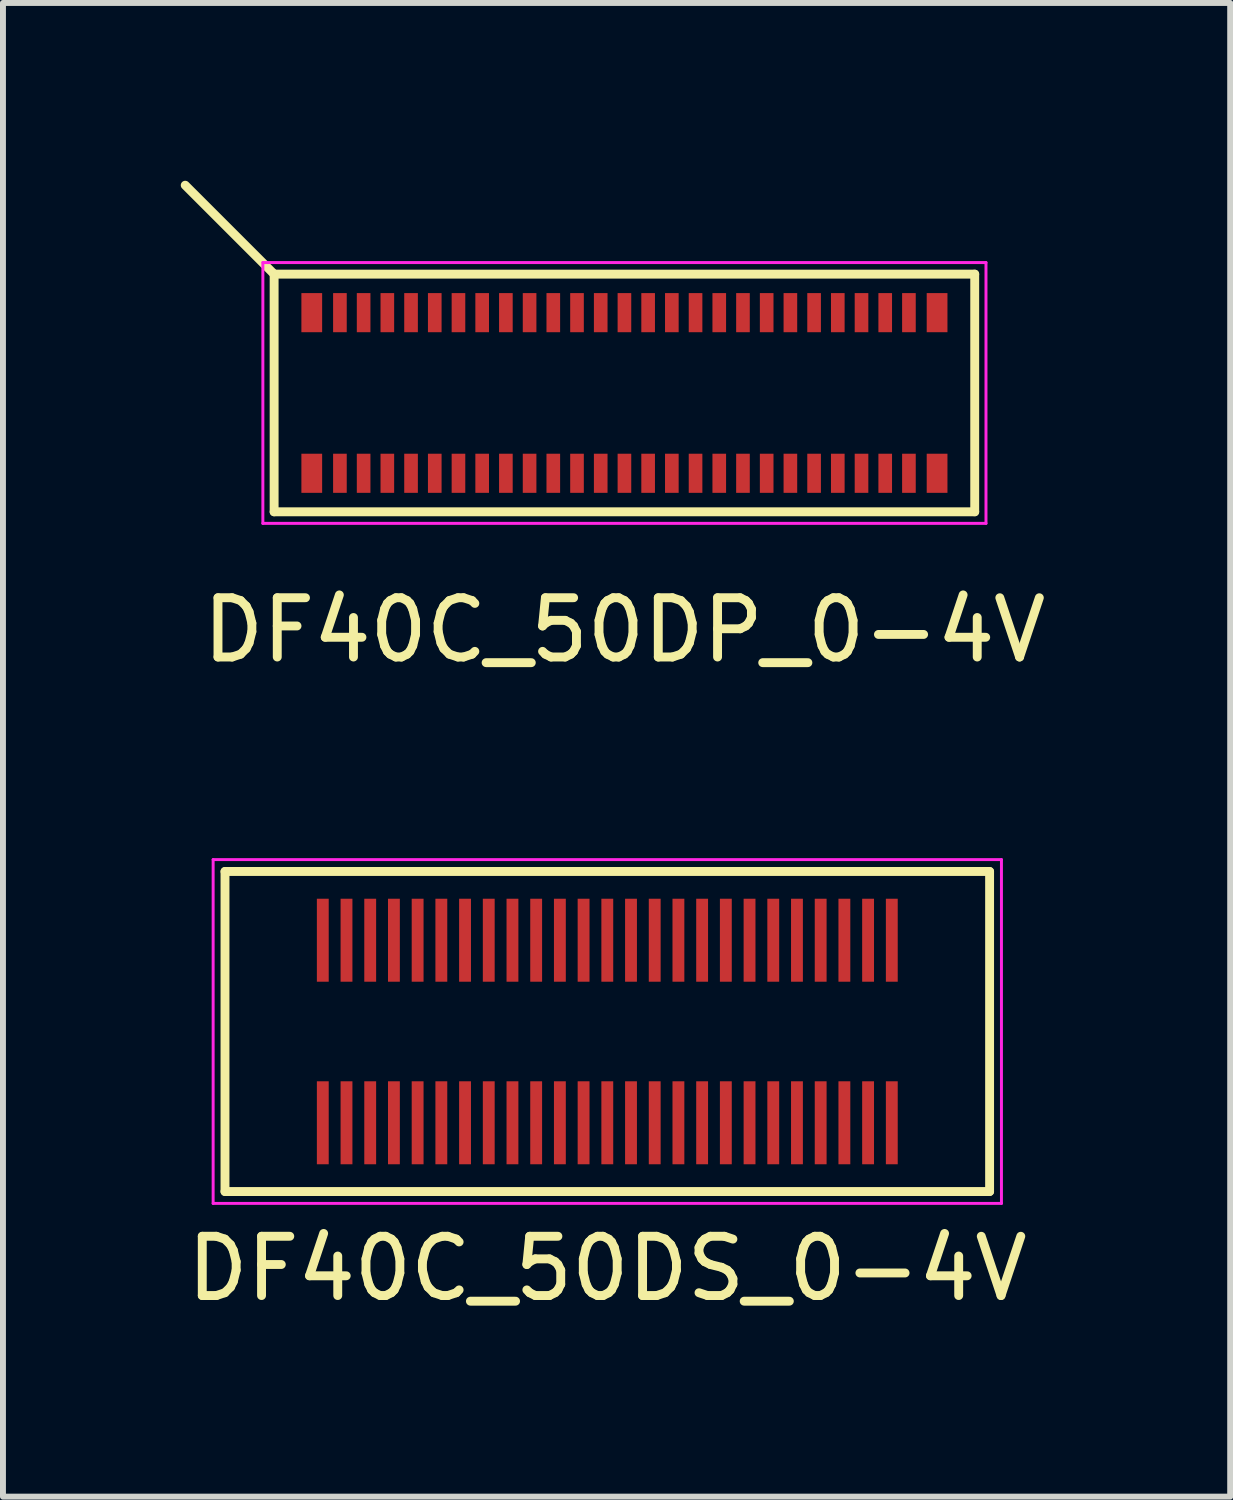
<source format=kicad_pcb>
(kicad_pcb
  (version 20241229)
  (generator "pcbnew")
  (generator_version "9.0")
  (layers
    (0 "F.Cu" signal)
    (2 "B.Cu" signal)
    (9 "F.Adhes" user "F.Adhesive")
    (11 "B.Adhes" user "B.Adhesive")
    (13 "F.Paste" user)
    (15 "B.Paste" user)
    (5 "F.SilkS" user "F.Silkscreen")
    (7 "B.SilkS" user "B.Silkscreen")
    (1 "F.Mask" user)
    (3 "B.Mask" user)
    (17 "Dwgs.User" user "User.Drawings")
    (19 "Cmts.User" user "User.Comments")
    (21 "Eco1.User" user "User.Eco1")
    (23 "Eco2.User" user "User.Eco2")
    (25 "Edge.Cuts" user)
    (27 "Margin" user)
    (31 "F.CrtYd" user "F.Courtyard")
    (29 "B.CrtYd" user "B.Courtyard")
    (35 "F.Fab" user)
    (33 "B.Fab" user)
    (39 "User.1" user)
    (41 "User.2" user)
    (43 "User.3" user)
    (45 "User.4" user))
  (footprint "DF40C_50DP_0-4V"
    (layer "F.Cu")
    (at 7.485 3.58)
    (property "Reference" "DF40C_50DP_0-4V" (at 0 4 0) (layer "F.SilkS") (effects (font (size 1 1) (thickness 0.15))))
    (attr smd)
    (fp_line (start -5.91 -2.005) (end -7.41 -3.505) (stroke (width 0.15) (type solid)) (layer "F.SilkS"))
    (fp_line (start -5.91 -2.005) (end -5.91 2.005) (stroke (width 0.15) (type solid)) (layer "F.SilkS"))
    (fp_line (start -5.91 -2.005) (end 5.91 -2.005) (stroke (width 0.15) (type solid)) (layer "F.SilkS"))
    (fp_line (start 5.91 2.005) (end -5.91 2.005) (stroke (width 0.15) (type solid)) (layer "F.SilkS"))
    (fp_line (start 5.91 2.005) (end 5.91 -2.005) (stroke (width 0.15) (type solid)) (layer "F.SilkS"))
    (fp_line (start -6.1 -2.2) (end -6.1 2.2) (stroke (width 0.05) (type solid)) (layer "F.CrtYd"))
    (fp_line (start -6.1 -2.2) (end 6.1 -2.2) (stroke (width 0.05) (type solid)) (layer "F.CrtYd"))
    (fp_line (start 6.1 2.2) (end -6.1 2.2) (stroke (width 0.05) (type solid)) (layer "F.CrtYd"))
    (fp_line (start 6.1 2.2) (end 6.1 -2.2) (stroke (width 0.05) (type solid)) (layer "F.CrtYd"))
    (pad "1" smd rect (at -4.8 1.355) (size 0.23 0.66) (layers "F.Cu" "F.Mask" "F.Paste"))
    (pad "2" smd rect (at -4.8 -1.355) (size 0.23 0.66) (layers "F.Cu" "F.Mask" "F.Paste"))
    (pad "3" smd rect (at -4.4 1.355) (size 0.23 0.66) (layers "F.Cu" "F.Mask" "F.Paste"))
    (pad "4" smd rect (at -4.4 -1.355) (size 0.23 0.66) (layers "F.Cu" "F.Mask" "F.Paste"))
    (pad "5" smd rect (at -4 1.355) (size 0.23 0.66) (layers "F.Cu" "F.Mask" "F.Paste"))
    (pad "6" smd rect (at -4 -1.355) (size 0.23 0.66) (layers "F.Cu" "F.Mask" "F.Paste"))
    (pad "7" smd rect (at -3.6 1.355) (size 0.23 0.66) (layers "F.Cu" "F.Mask" "F.Paste"))
    (pad "8" smd rect (at -3.6 -1.355) (size 0.23 0.66) (layers "F.Cu" "F.Mask" "F.Paste"))
    (pad "9" smd rect (at -3.2 1.355) (size 0.23 0.66) (layers "F.Cu" "F.Mask" "F.Paste"))
    (pad "10" smd rect (at -3.2 -1.355) (size 0.23 0.66) (layers "F.Cu" "F.Mask" "F.Paste"))
    (pad "11" smd rect (at -2.8 1.355) (size 0.23 0.66) (layers "F.Cu" "F.Mask" "F.Paste"))
    (pad "12" smd rect (at -2.8 -1.355) (size 0.23 0.66) (layers "F.Cu" "F.Mask" "F.Paste"))
    (pad "13" smd rect (at -2.4 1.355) (size 0.23 0.66) (layers "F.Cu" "F.Mask" "F.Paste"))
    (pad "14" smd rect (at -2.4 -1.355) (size 0.23 0.66) (layers "F.Cu" "F.Mask" "F.Paste"))
    (pad "15" smd rect (at -2 1.355) (size 0.23 0.66) (layers "F.Cu" "F.Mask" "F.Paste"))
    (pad "16" smd rect (at -2 -1.355) (size 0.23 0.66) (layers "F.Cu" "F.Mask" "F.Paste"))
    (pad "17" smd rect (at -1.6 1.355) (size 0.23 0.66) (layers "F.Cu" "F.Mask" "F.Paste"))
    (pad "18" smd rect (at -1.6 -1.355) (size 0.23 0.66) (layers "F.Cu" "F.Mask" "F.Paste"))
    (pad "19" smd rect (at -1.2 1.355) (size 0.23 0.66) (layers "F.Cu" "F.Mask" "F.Paste"))
    (pad "20" smd rect (at -1.2 -1.355) (size 0.23 0.66) (layers "F.Cu" "F.Mask" "F.Paste"))
    (pad "21" smd rect (at -0.8 1.355) (size 0.23 0.66) (layers "F.Cu" "F.Mask" "F.Paste"))
    (pad "22" smd rect (at -0.8 -1.355) (size 0.23 0.66) (layers "F.Cu" "F.Mask" "F.Paste"))
    (pad "23" smd rect (at -0.4 1.355) (size 0.23 0.66) (layers "F.Cu" "F.Mask" "F.Paste"))
    (pad "24" smd rect (at -0.4 -1.355) (size 0.23 0.66) (layers "F.Cu" "F.Mask" "F.Paste"))
    (pad "25" smd rect (at 0 1.355) (size 0.23 0.66) (layers "F.Cu" "F.Mask" "F.Paste"))
    (pad "26" smd rect (at 0 -1.355) (size 0.23 0.66) (layers "F.Cu" "F.Mask" "F.Paste"))
    (pad "27" smd rect (at 0.4 1.355) (size 0.23 0.66) (layers "F.Cu" "F.Mask" "F.Paste"))
    (pad "28" smd rect (at 0.4 -1.355) (size 0.23 0.66) (layers "F.Cu" "F.Mask" "F.Paste"))
    (pad "29" smd rect (at 0.8 1.355) (size 0.23 0.66) (layers "F.Cu" "F.Mask" "F.Paste"))
    (pad "30" smd rect (at 0.8 -1.355) (size 0.23 0.66) (layers "F.Cu" "F.Mask" "F.Paste"))
    (pad "31" smd rect (at 1.2 1.355) (size 0.23 0.66) (layers "F.Cu" "F.Mask" "F.Paste"))
    (pad "32" smd rect (at 1.2 -1.355) (size 0.23 0.66) (layers "F.Cu" "F.Mask" "F.Paste"))
    (pad "33" smd rect (at 1.6 1.355) (size 0.23 0.66) (layers "F.Cu" "F.Mask" "F.Paste"))
    (pad "34" smd rect (at 1.6 -1.355) (size 0.23 0.66) (layers "F.Cu" "F.Mask" "F.Paste"))
    (pad "35" smd rect (at 2 1.355) (size 0.23 0.66) (layers "F.Cu" "F.Mask" "F.Paste"))
    (pad "36" smd rect (at 2 -1.355) (size 0.23 0.66) (layers "F.Cu" "F.Mask" "F.Paste"))
    (pad "37" smd rect (at 2.4 1.355) (size 0.23 0.66) (layers "F.Cu" "F.Mask" "F.Paste"))
    (pad "38" smd rect (at 2.4 -1.355) (size 0.23 0.66) (layers "F.Cu" "F.Mask" "F.Paste"))
    (pad "39" smd rect (at 2.8 1.355) (size 0.23 0.66) (layers "F.Cu" "F.Mask" "F.Paste"))
    (pad "40" smd rect (at 2.8 -1.355) (size 0.23 0.66) (layers "F.Cu" "F.Mask" "F.Paste"))
    (pad "41" smd rect (at 3.2 1.355) (size 0.23 0.66) (layers "F.Cu" "F.Mask" "F.Paste"))
    (pad "42" smd rect (at 3.2 -1.355) (size 0.23 0.66) (layers "F.Cu" "F.Mask" "F.Paste"))
    (pad "43" smd rect (at 3.6 1.355) (size 0.23 0.66) (layers "F.Cu" "F.Mask" "F.Paste"))
    (pad "44" smd rect (at 3.6 -1.355) (size 0.23 0.66) (layers "F.Cu" "F.Mask" "F.Paste"))
    (pad "45" smd rect (at 4 1.355) (size 0.23 0.66) (layers "F.Cu" "F.Mask" "F.Paste"))
    (pad "46" smd rect (at 4 -1.355) (size 0.23 0.66) (layers "F.Cu" "F.Mask" "F.Paste"))
    (pad "47" smd rect (at 4.4 1.355) (size 0.23 0.66) (layers "F.Cu" "F.Mask" "F.Paste"))
    (pad "48" smd rect (at 4.4 -1.355) (size 0.23 0.66) (layers "F.Cu" "F.Mask" "F.Paste"))
    (pad "49" smd rect (at 4.8 1.355) (size 0.23 0.66) (layers "F.Cu" "F.Mask" "F.Paste"))
    (pad "50" smd rect (at 4.8 -1.355) (size 0.23 0.66) (layers "F.Cu" "F.Mask" "F.Paste"))
    (pad "GND" smd rect (at -5.275 -1.355) (size 0.35 0.66) (layers "F.Cu" "F.Mask" "F.Paste"))
    (pad "GND" smd rect (at -5.275 1.355) (size 0.35 0.66) (layers "F.Cu" "F.Mask" "F.Paste"))
    (pad "GND" smd rect (at 5.275 -1.355) (size 0.35 0.66) (layers "F.Cu" "F.Mask" "F.Paste"))
    (pad "GND" smd rect (at 5.275 1.355) (size 0.35 0.66) (layers "F.Cu" "F.Mask" "F.Paste")))
  (footprint "DF40C_50DS_0-4V"
    (layer "F.Cu")
    (at 7.196 14.353)
    (property "Reference" "DF40C_50DS_0-4V" (at 0 4 0) (layer "F.SilkS") (effects (font (size 1 1) (thickness 0.15))))
    (attr smd)
    (fp_line (start -6.45 -2.7) (end -6.45 2.7) (stroke (width 0.15) (type solid)) (layer "F.SilkS"))
    (fp_line (start -6.45 -2.7) (end 6.45 -2.7) (stroke (width 0.15) (type solid)) (layer "F.SilkS"))
    (fp_line (start 6.45 2.7) (end -6.45 2.7) (stroke (width 0.15) (type solid)) (layer "F.SilkS"))
    (fp_line (start 6.45 2.7) (end 6.45 -2.7) (stroke (width 0.15) (type solid)) (layer "F.SilkS"))
    (fp_line (start -6.65 -2.9) (end -6.65 2.9) (stroke (width 0.05) (type solid)) (layer "F.CrtYd"))
    (fp_line (start -6.65 -2.9) (end 6.65 -2.9) (stroke (width 0.05) (type solid)) (layer "F.CrtYd"))
    (fp_line (start 6.65 2.9) (end -6.65 2.9) (stroke (width 0.05) (type solid)) (layer "F.CrtYd"))
    (fp_line (start 6.65 2.9) (end 6.65 -2.9) (stroke (width 0.05) (type solid)) (layer "F.CrtYd"))
    (pad "1" smd rect (at -4.8 -1.54) (size 0.2 1.4) (layers "F.Cu" "F.Mask" "F.Paste"))
    (pad "2" smd rect (at -4.8 1.54) (size 0.2 1.4) (layers "F.Cu" "F.Mask" "F.Paste"))
    (pad "3" smd rect (at -4.4 -1.54) (size 0.2 1.4) (layers "F.Cu" "F.Mask" "F.Paste"))
    (pad "4" smd rect (at -4.4 1.54) (size 0.2 1.4) (layers "F.Cu" "F.Mask" "F.Paste"))
    (pad "5" smd rect (at -4 -1.54) (size 0.2 1.4) (layers "F.Cu" "F.Mask" "F.Paste"))
    (pad "6" smd rect (at -4 1.54) (size 0.2 1.4) (layers "F.Cu" "F.Mask" "F.Paste"))
    (pad "7" smd rect (at -3.6 -1.54) (size 0.2 1.4) (layers "F.Cu" "F.Mask" "F.Paste"))
    (pad "8" smd rect (at -3.6 1.54) (size 0.2 1.4) (layers "F.Cu" "F.Mask" "F.Paste"))
    (pad "9" smd rect (at -3.2 -1.54) (size 0.2 1.4) (layers "F.Cu" "F.Mask" "F.Paste"))
    (pad "10" smd rect (at -3.2 1.54) (size 0.2 1.4) (layers "F.Cu" "F.Mask" "F.Paste"))
    (pad "11" smd rect (at -2.8 -1.54) (size 0.2 1.4) (layers "F.Cu" "F.Mask" "F.Paste"))
    (pad "12" smd rect (at -2.8 1.54) (size 0.2 1.4) (layers "F.Cu" "F.Mask" "F.Paste"))
    (pad "13" smd rect (at -2.4 -1.54) (size 0.2 1.4) (layers "F.Cu" "F.Mask" "F.Paste"))
    (pad "14" smd rect (at -2.4 1.54) (size 0.2 1.4) (layers "F.Cu" "F.Mask" "F.Paste"))
    (pad "15" smd rect (at -2 -1.54) (size 0.2 1.4) (layers "F.Cu" "F.Mask" "F.Paste"))
    (pad "16" smd rect (at -2 1.54) (size 0.2 1.4) (layers "F.Cu" "F.Mask" "F.Paste"))
    (pad "17" smd rect (at -1.6 -1.54) (size 0.2 1.4) (layers "F.Cu" "F.Mask" "F.Paste"))
    (pad "18" smd rect (at -1.6 1.54) (size 0.2 1.4) (layers "F.Cu" "F.Mask" "F.Paste"))
    (pad "19" smd rect (at -1.2 -1.54) (size 0.2 1.4) (layers "F.Cu" "F.Mask" "F.Paste"))
    (pad "20" smd rect (at -1.2 1.54) (size 0.2 1.4) (layers "F.Cu" "F.Mask" "F.Paste"))
    (pad "21" smd rect (at -0.8 -1.54) (size 0.2 1.4) (layers "F.Cu" "F.Mask" "F.Paste"))
    (pad "22" smd rect (at -0.8 1.54) (size 0.2 1.4) (layers "F.Cu" "F.Mask" "F.Paste"))
    (pad "23" smd rect (at -0.4 -1.54) (size 0.2 1.4) (layers "F.Cu" "F.Mask" "F.Paste"))
    (pad "24" smd rect (at -0.4 1.54) (size 0.2 1.4) (layers "F.Cu" "F.Mask" "F.Paste"))
    (pad "25" smd rect (at 0 -1.54) (size 0.2 1.4) (layers "F.Cu" "F.Mask" "F.Paste"))
    (pad "26" smd rect (at 0 1.54) (size 0.2 1.4) (layers "F.Cu" "F.Mask" "F.Paste"))
    (pad "27" smd rect (at 0.4 -1.54) (size 0.2 1.4) (layers "F.Cu" "F.Mask" "F.Paste"))
    (pad "28" smd rect (at 0.4 1.54) (size 0.2 1.4) (layers "F.Cu" "F.Mask" "F.Paste"))
    (pad "29" smd rect (at 0.8 -1.54) (size 0.2 1.4) (layers "F.Cu" "F.Mask" "F.Paste"))
    (pad "30" smd rect (at 0.8 1.54) (size 0.2 1.4) (layers "F.Cu" "F.Mask" "F.Paste"))
    (pad "31" smd rect (at 1.2 -1.54) (size 0.2 1.4) (layers "F.Cu" "F.Mask" "F.Paste"))
    (pad "32" smd rect (at 1.2 1.54) (size 0.2 1.4) (layers "F.Cu" "F.Mask" "F.Paste"))
    (pad "33" smd rect (at 1.6 -1.54) (size 0.2 1.4) (layers "F.Cu" "F.Mask" "F.Paste"))
    (pad "34" smd rect (at 1.6 1.54) (size 0.2 1.4) (layers "F.Cu" "F.Mask" "F.Paste"))
    (pad "35" smd rect (at 2 -1.54) (size 0.2 1.4) (layers "F.Cu" "F.Mask" "F.Paste"))
    (pad "36" smd rect (at 2 1.54) (size 0.2 1.4) (layers "F.Cu" "F.Mask" "F.Paste"))
    (pad "37" smd rect (at 2.4 -1.54) (size 0.2 1.4) (layers "F.Cu" "F.Mask" "F.Paste"))
    (pad "38" smd rect (at 2.4 1.54) (size 0.2 1.4) (layers "F.Cu" "F.Mask" "F.Paste"))
    (pad "39" smd rect (at 2.8 -1.54) (size 0.2 1.4) (layers "F.Cu" "F.Mask" "F.Paste"))
    (pad "40" smd rect (at 2.8 1.54) (size 0.2 1.4) (layers "F.Cu" "F.Mask" "F.Paste"))
    (pad "41" smd rect (at 3.2 -1.54) (size 0.2 1.4) (layers "F.Cu" "F.Mask" "F.Paste"))
    (pad "42" smd rect (at 3.2 1.54) (size 0.2 1.4) (layers "F.Cu" "F.Mask" "F.Paste"))
    (pad "43" smd rect (at 3.6 -1.54) (size 0.2 1.4) (layers "F.Cu" "F.Mask" "F.Paste"))
    (pad "44" smd rect (at 3.6 1.54) (size 0.2 1.4) (layers "F.Cu" "F.Mask" "F.Paste"))
    (pad "45" smd rect (at 4 -1.54) (size 0.2 1.4) (layers "F.Cu" "F.Mask" "F.Paste"))
    (pad "46" smd rect (at 4 1.54) (size 0.2 1.4) (layers "F.Cu" "F.Mask" "F.Paste"))
    (pad "47" smd rect (at 4.4 -1.54) (size 0.2 1.4) (layers "F.Cu" "F.Mask" "F.Paste"))
    (pad "48" smd rect (at 4.4 1.54) (size 0.2 1.4) (layers "F.Cu" "F.Mask" "F.Paste"))
    (pad "49" smd rect (at 4.8 -1.54) (size 0.2 1.4) (layers "F.Cu" "F.Mask" "F.Paste"))
    (pad "50" smd rect (at 4.8 1.54) (size 0.2 1.4) (layers "F.Cu" "F.Mask" "F.Paste")))
  (gr_rect
    (start -3 -3)
    (end 17.705 22.201)
    (stroke (width 0.1) (type default))
    (fill no)
    (layer "Edge.Cuts")))
</source>
